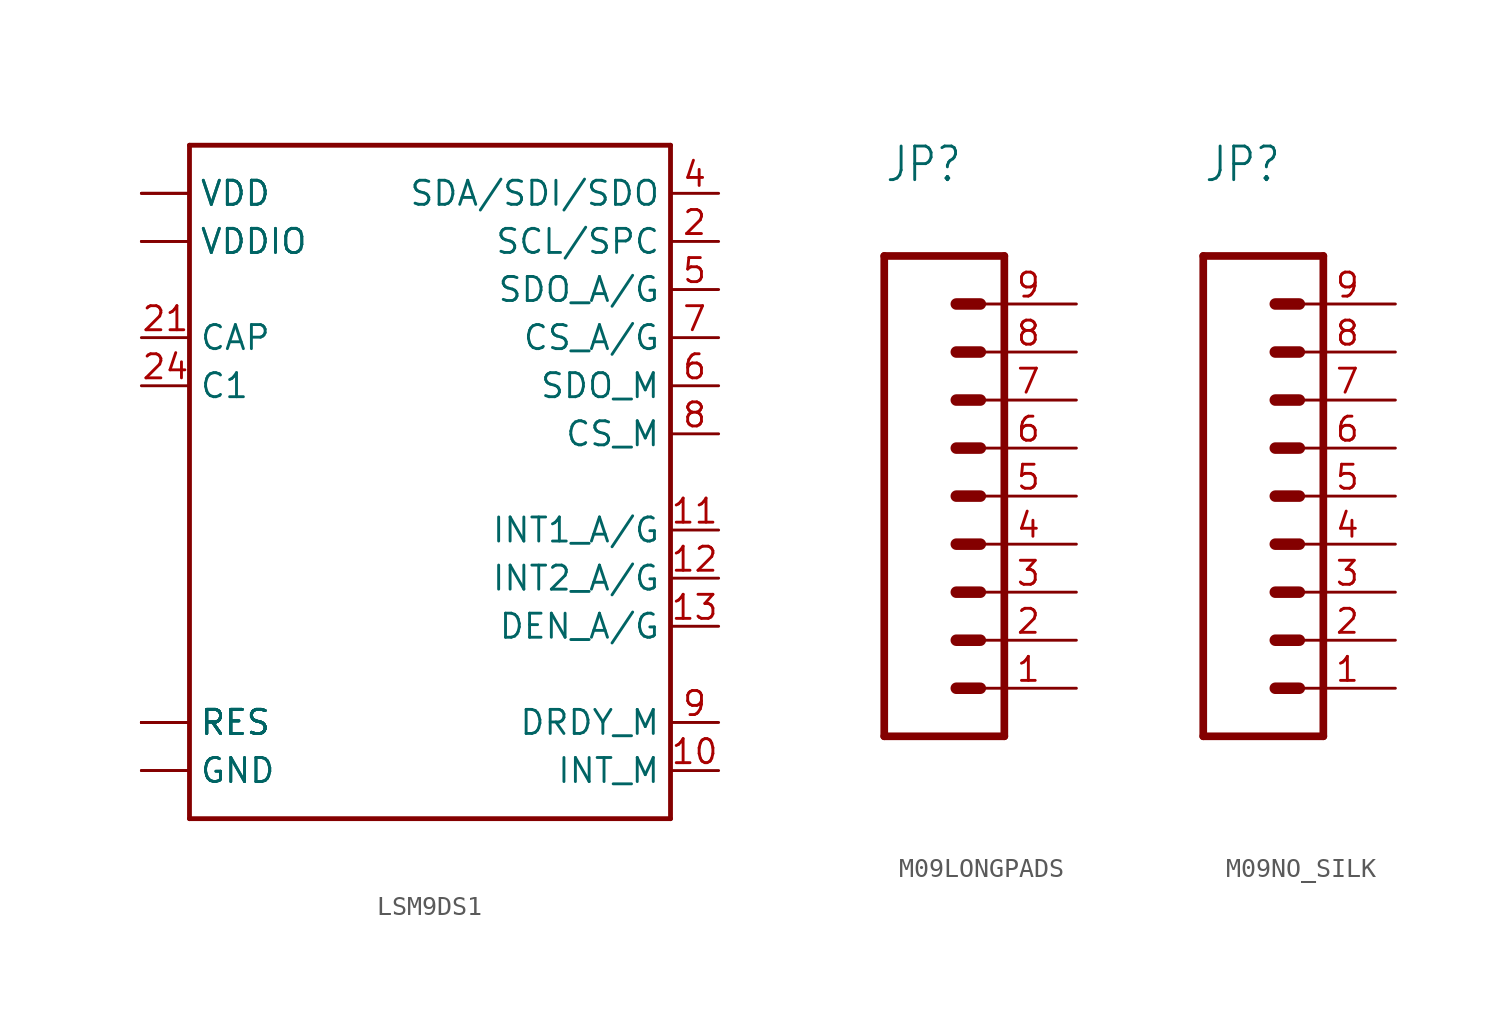
<source format=kicad_sym>
(kicad_symbol_lib
  (version 20220914)
  (generator kicad_symbol_editor)
  (symbol "LSM9DS1"
    (property "Reference" "U"
      (at -12.7 19.05 0)
      (effects (font (size 1.778 1.511)) (justify left) hide))
    (property "ki_locked" ""
      (at 0 0 0)
      (effects (font (size 1.27 1.27))))
    (symbol "LSM9DS1_1_0"
      (polyline (pts (xy -12.7 -17.78) (xy 12.7 -17.78)) (stroke (width 0.254) (type solid)) (fill (type none)))
      (polyline (pts (xy -12.7 17.78) (xy -12.7 -17.78)) (stroke (width 0.254) (type solid)) (fill (type none)))
      (polyline (pts (xy 12.7 -17.78) (xy 12.7 17.78)) (stroke (width 0.254) (type solid)) (fill (type none)))
      (polyline (pts (xy 12.7 17.78) (xy -12.7 17.78)) (stroke (width 0.254) (type solid)) (fill (type none)))
      (pin bidirectional line (at -15.24 12.7 0) (length 2.54) (name "VDDIO" (effects (font (size 1.27 1.27)))) (number "1" (effects (font (size 0 0)))))
      (pin bidirectional line (at 15.24 -15.24 180) (length 2.54) (name "INT_M" (effects (font (size 1.27 1.27)))) (number "10" (effects (font (size 1.27 1.27)))))
      (pin bidirectional line (at 15.24 -2.54 180) (length 2.54) (name "INT1_A/G" (effects (font (size 1.27 1.27)))) (number "11" (effects (font (size 1.27 1.27)))))
      (pin bidirectional line (at 15.24 -5.08 180) (length 2.54) (name "INT2_A/G" (effects (font (size 1.27 1.27)))) (number "12" (effects (font (size 1.27 1.27)))))
      (pin bidirectional line (at 15.24 -7.62 180) (length 2.54) (name "DEN_A/G" (effects (font (size 1.27 1.27)))) (number "13" (effects (font (size 1.27 1.27)))))
      (pin bidirectional line (at -15.24 -12.7 0) (length 2.54) (name "RES" (effects (font (size 1.27 1.27)))) (number "14" (effects (font (size 0 0)))))
      (pin bidirectional line (at -15.24 -12.7 0) (length 2.54) (name "RES" (effects (font (size 1.27 1.27)))) (number "15" (effects (font (size 0 0)))))
      (pin bidirectional line (at -15.24 -12.7 0) (length 2.54) (name "RES" (effects (font (size 1.27 1.27)))) (number "16" (effects (font (size 0 0)))))
      (pin bidirectional line (at -15.24 -12.7 0) (length 2.54) (name "RES" (effects (font (size 1.27 1.27)))) (number "17" (effects (font (size 0 0)))))
      (pin bidirectional line (at -15.24 -12.7 0) (length 2.54) (name "RES" (effects (font (size 1.27 1.27)))) (number "18" (effects (font (size 0 0)))))
      (pin bidirectional line (at -15.24 -15.24 0) (length 2.54) (name "GND" (effects (font (size 1.27 1.27)))) (number "19" (effects (font (size 0 0)))))
      (pin bidirectional line (at 15.24 12.7 180) (length 2.54) (name "SCL/SPC" (effects (font (size 1.27 1.27)))) (number "2" (effects (font (size 1.27 1.27)))))
      (pin bidirectional line (at -15.24 -15.24 0) (length 2.54) (name "GND" (effects (font (size 1.27 1.27)))) (number "20" (effects (font (size 0 0)))))
      (pin bidirectional line (at -15.24 7.62 0) (length 2.54) (name "CAP" (effects (font (size 1.27 1.27)))) (number "21" (effects (font (size 1.27 1.27)))))
      (pin bidirectional line (at -15.24 15.24 0) (length 2.54) (name "VDD" (effects (font (size 1.27 1.27)))) (number "22" (effects (font (size 0 0)))))
      (pin bidirectional line (at -15.24 15.24 0) (length 2.54) (name "VDD" (effects (font (size 1.27 1.27)))) (number "23" (effects (font (size 0 0)))))
      (pin bidirectional line (at -15.24 5.08 0) (length 2.54) (name "C1" (effects (font (size 1.27 1.27)))) (number "24" (effects (font (size 1.27 1.27)))))
      (pin bidirectional line (at -15.24 12.7 0) (length 2.54) (name "VDDIO" (effects (font (size 1.27 1.27)))) (number "3" (effects (font (size 0 0)))))
      (pin bidirectional line (at 15.24 15.24 180) (length 2.54) (name "SDA/SDI/SDO" (effects (font (size 1.27 1.27)))) (number "4" (effects (font (size 1.27 1.27)))))
      (pin bidirectional line (at 15.24 10.16 180) (length 2.54) (name "SDO_A/G" (effects (font (size 1.27 1.27)))) (number "5" (effects (font (size 1.27 1.27)))))
      (pin bidirectional line (at 15.24 5.08 180) (length 2.54) (name "SDO_M" (effects (font (size 1.27 1.27)))) (number "6" (effects (font (size 1.27 1.27)))))
      (pin bidirectional line (at 15.24 7.62 180) (length 2.54) (name "CS_A/G" (effects (font (size 1.27 1.27)))) (number "7" (effects (font (size 1.27 1.27)))))
      (pin bidirectional line (at 15.24 2.54 180) (length 2.54) (name "CS_M" (effects (font (size 1.27 1.27)))) (number "8" (effects (font (size 1.27 1.27)))))
      (pin bidirectional line (at 15.24 -12.7 180) (length 2.54) (name "DRDY_M" (effects (font (size 1.27 1.27)))) (number "9" (effects (font (size 1.27 1.27)))))))
  (symbol "M09LONGPADS"
    (property "Reference" "JP"
      (at 0 16.51 0)
      (effects (font (size 1.778 1.511)) (justify left bottom)))
    (property "Value" ""
      (at 0 -15.24 0)
      (effects (font (size 1.778 1.511)) (justify left bottom)))
    (property "ki_locked" ""
      (at 0 0 0)
      (effects (font (size 1.27 1.27))))
    (symbol "M09LONGPADS_1_0"
      (polyline (pts (xy 0 12.7) (xy 0 -12.7)) (stroke (width 0.406) (type solid)) (fill (type none)))
      (polyline (pts (xy 0 12.7) (xy 6.35 12.7)) (stroke (width 0.406) (type solid)) (fill (type none)))
      (polyline (pts (xy 3.81 -10.16) (xy 5.08 -10.16)) (stroke (width 0.61) (type solid)) (fill (type none)))
      (polyline (pts (xy 3.81 -7.62) (xy 5.08 -7.62)) (stroke (width 0.61) (type solid)) (fill (type none)))
      (polyline (pts (xy 3.81 -5.08) (xy 5.08 -5.08)) (stroke (width 0.61) (type solid)) (fill (type none)))
      (polyline (pts (xy 3.81 -2.54) (xy 5.08 -2.54)) (stroke (width 0.61) (type solid)) (fill (type none)))
      (polyline (pts (xy 3.81 0) (xy 5.08 0)) (stroke (width 0.61) (type solid)) (fill (type none)))
      (polyline (pts (xy 3.81 2.54) (xy 5.08 2.54)) (stroke (width 0.61) (type solid)) (fill (type none)))
      (polyline (pts (xy 3.81 5.08) (xy 5.08 5.08)) (stroke (width 0.61) (type solid)) (fill (type none)))
      (polyline (pts (xy 3.81 7.62) (xy 5.08 7.62)) (stroke (width 0.61) (type solid)) (fill (type none)))
      (polyline (pts (xy 3.81 10.16) (xy 5.08 10.16)) (stroke (width 0.61) (type solid)) (fill (type none)))
      (polyline (pts (xy 6.35 -12.7) (xy 0 -12.7)) (stroke (width 0.406) (type solid)) (fill (type none)))
      (polyline (pts (xy 6.35 -12.7) (xy 6.35 12.7)) (stroke (width 0.406) (type solid)) (fill (type none)))
      (pin passive line (at 10.16 -10.16 180) (length 5.08) (name "1" (effects (font (size 0 0)))) (number "1" (effects (font (size 1.27 1.27)))))
      (pin passive line (at 10.16 -7.62 180) (length 5.08) (name "2" (effects (font (size 0 0)))) (number "2" (effects (font (size 1.27 1.27)))))
      (pin passive line (at 10.16 -5.08 180) (length 5.08) (name "3" (effects (font (size 0 0)))) (number "3" (effects (font (size 1.27 1.27)))))
      (pin passive line (at 10.16 -2.54 180) (length 5.08) (name "4" (effects (font (size 0 0)))) (number "4" (effects (font (size 1.27 1.27)))))
      (pin passive line (at 10.16 0 180) (length 5.08) (name "5" (effects (font (size 0 0)))) (number "5" (effects (font (size 1.27 1.27)))))
      (pin passive line (at 10.16 2.54 180) (length 5.08) (name "6" (effects (font (size 0 0)))) (number "6" (effects (font (size 1.27 1.27)))))
      (pin passive line (at 10.16 5.08 180) (length 5.08) (name "7" (effects (font (size 0 0)))) (number "7" (effects (font (size 1.27 1.27)))))
      (pin passive line (at 10.16 7.62 180) (length 5.08) (name "8" (effects (font (size 0 0)))) (number "8" (effects (font (size 1.27 1.27)))))
      (pin passive line (at 10.16 10.16 180) (length 5.08) (name "9" (effects (font (size 0 0)))) (number "9" (effects (font (size 1.27 1.27)))))))
  (symbol "M09NO_SILK"
    (property "Reference" "JP"
      (at 0 16.51 0)
      (effects (font (size 1.778 1.511)) (justify left bottom)))
    (property "Value" ""
      (at 0 -15.24 0)
      (effects (font (size 1.778 1.511)) (justify left bottom)))
    (property "ki_locked" ""
      (at 0 0 0)
      (effects (font (size 1.27 1.27))))
    (symbol "M09NO_SILK_1_0"
      (polyline (pts (xy 0 12.7) (xy 0 -12.7)) (stroke (width 0.406) (type solid)) (fill (type none)))
      (polyline (pts (xy 0 12.7) (xy 6.35 12.7)) (stroke (width 0.406) (type solid)) (fill (type none)))
      (polyline (pts (xy 3.81 -10.16) (xy 5.08 -10.16)) (stroke (width 0.61) (type solid)) (fill (type none)))
      (polyline (pts (xy 3.81 -7.62) (xy 5.08 -7.62)) (stroke (width 0.61) (type solid)) (fill (type none)))
      (polyline (pts (xy 3.81 -5.08) (xy 5.08 -5.08)) (stroke (width 0.61) (type solid)) (fill (type none)))
      (polyline (pts (xy 3.81 -2.54) (xy 5.08 -2.54)) (stroke (width 0.61) (type solid)) (fill (type none)))
      (polyline (pts (xy 3.81 0) (xy 5.08 0)) (stroke (width 0.61) (type solid)) (fill (type none)))
      (polyline (pts (xy 3.81 2.54) (xy 5.08 2.54)) (stroke (width 0.61) (type solid)) (fill (type none)))
      (polyline (pts (xy 3.81 5.08) (xy 5.08 5.08)) (stroke (width 0.61) (type solid)) (fill (type none)))
      (polyline (pts (xy 3.81 7.62) (xy 5.08 7.62)) (stroke (width 0.61) (type solid)) (fill (type none)))
      (polyline (pts (xy 3.81 10.16) (xy 5.08 10.16)) (stroke (width 0.61) (type solid)) (fill (type none)))
      (polyline (pts (xy 6.35 -12.7) (xy 0 -12.7)) (stroke (width 0.406) (type solid)) (fill (type none)))
      (polyline (pts (xy 6.35 -12.7) (xy 6.35 12.7)) (stroke (width 0.406) (type solid)) (fill (type none)))
      (pin passive line (at 10.16 -10.16 180) (length 5.08) (name "1" (effects (font (size 0 0)))) (number "1" (effects (font (size 1.27 1.27)))))
      (pin passive line (at 10.16 -7.62 180) (length 5.08) (name "2" (effects (font (size 0 0)))) (number "2" (effects (font (size 1.27 1.27)))))
      (pin passive line (at 10.16 -5.08 180) (length 5.08) (name "3" (effects (font (size 0 0)))) (number "3" (effects (font (size 1.27 1.27)))))
      (pin passive line (at 10.16 -2.54 180) (length 5.08) (name "4" (effects (font (size 0 0)))) (number "4" (effects (font (size 1.27 1.27)))))
      (pin passive line (at 10.16 0 180) (length 5.08) (name "5" (effects (font (size 0 0)))) (number "5" (effects (font (size 1.27 1.27)))))
      (pin passive line (at 10.16 2.54 180) (length 5.08) (name "6" (effects (font (size 0 0)))) (number "6" (effects (font (size 1.27 1.27)))))
      (pin passive line (at 10.16 5.08 180) (length 5.08) (name "7" (effects (font (size 0 0)))) (number "7" (effects (font (size 1.27 1.27)))))
      (pin passive line (at 10.16 7.62 180) (length 5.08) (name "8" (effects (font (size 0 0)))) (number "8" (effects (font (size 1.27 1.27)))))
      (pin passive line (at 10.16 10.16 180) (length 5.08) (name "9" (effects (font (size 0 0)))) (number "9" (effects (font (size 1.27 1.27))))))))
</source>
